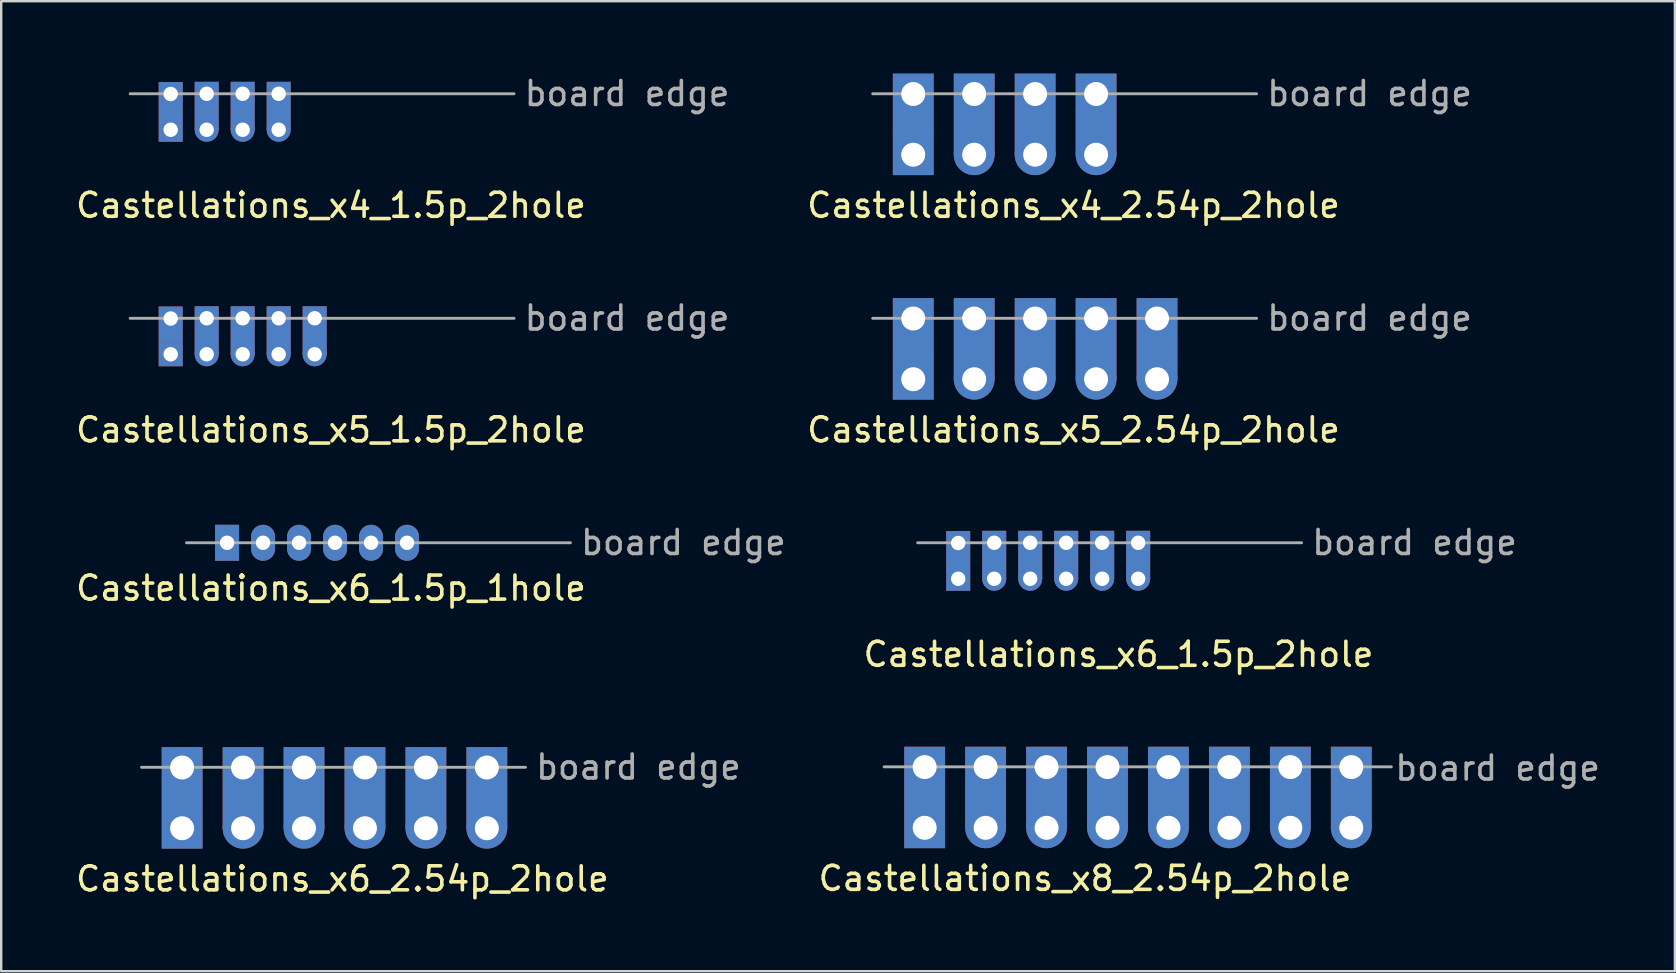
<source format=kicad_pcb>
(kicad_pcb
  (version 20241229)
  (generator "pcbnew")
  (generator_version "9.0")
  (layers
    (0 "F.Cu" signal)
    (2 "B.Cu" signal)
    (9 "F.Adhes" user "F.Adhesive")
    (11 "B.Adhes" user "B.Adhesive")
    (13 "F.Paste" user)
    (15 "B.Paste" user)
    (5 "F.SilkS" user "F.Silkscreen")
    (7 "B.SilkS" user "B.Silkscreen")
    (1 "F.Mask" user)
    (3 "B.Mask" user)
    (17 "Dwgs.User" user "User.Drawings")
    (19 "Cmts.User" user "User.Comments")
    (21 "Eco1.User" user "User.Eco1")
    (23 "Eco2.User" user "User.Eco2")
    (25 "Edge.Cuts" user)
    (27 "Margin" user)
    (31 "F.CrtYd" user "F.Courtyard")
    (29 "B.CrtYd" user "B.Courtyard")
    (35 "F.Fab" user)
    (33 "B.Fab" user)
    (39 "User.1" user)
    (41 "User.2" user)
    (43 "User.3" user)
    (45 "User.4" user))
  (footprint "Castellations_x4_2.54p_2hole"
    (layer "F.Cu")
    (at 35.011 0.858)
    (property "Reference" "Castellations_x4_2.54p_2hole" (at 6.68 4.65 0) (layer "F.SilkS") (effects (font (size 1 1) (thickness 0.15))))
    (attr through_hole)
    (fp_line (start -1.69 0) (end 14.31 0) (stroke (width 0.12) (type solid)) (layer "F.Fab"))
    (fp_text user "board edge" (at 19.02 -0.01 0) (layer "F.Fab") (effects (font (size 1 1) (thickness 0.15))))
    (pad "1" thru_hole custom (at 0 0.01) (size 1.7 1.7) (drill 1) (layers "*.Cu" "*.Mask") (options (anchor rect)) (primitives (gr_poly (pts (xy -0.85 0.85) (xy 0.85 0.85) (xy 0.85 1.7) (xy -0.85 1.7)) (width 0) (fill yes))))
    (pad "1" thru_hole rect (at 0 2.54) (size 1.7 1.7) (drill 1) (layers "*.Cu" "*.Mask"))
    (pad "2" thru_hole custom (at 2.54 0.01) (size 1.7 1.7) (drill 1) (layers "*.Cu" "*.Mask") (options (anchor rect)) (primitives (gr_poly (pts (xy -0.85 0.85) (xy 0.85 0.85) (xy 0.85 1.7) (xy -0.85 1.7)) (width 0) (fill yes)) (gr_poly (pts (xy -0.85 2.54) (xy 0 1.7) (xy 0.85 2.54) (xy 0.85 1.6) (xy -0.85 1.6)) (width 0) (fill yes))))
    (pad "2" thru_hole circle (at 2.54 2.54) (size 1.7 1.7) (drill 1) (layers "*.Cu" "*.Mask"))
    (pad "3" thru_hole custom (at 5.08 0.01) (size 1.7 1.7) (drill 1) (layers "*.Cu" "*.Mask") (options (anchor rect)) (primitives (gr_poly (pts (xy -0.85 0.85) (xy 0.85 0.85) (xy 0.85 1.7) (xy -0.85 1.7)) (width 0) (fill yes)) (gr_poly (pts (xy -0.85 2.54) (xy 0 1.7) (xy 0.85 2.54) (xy 0.85 1.6) (xy -0.85 1.6)) (width 0) (fill yes))))
    (pad "3" thru_hole circle (at 5.08 2.54) (size 1.7 1.7) (drill 1) (layers "*.Cu" "*.Mask"))
    (pad "4" thru_hole custom (at 7.62 0.01) (size 1.7 1.7) (drill 1) (layers "*.Cu" "*.Mask") (options (anchor rect)) (primitives (gr_poly (pts (xy -0.85 0.85) (xy 0.85 0.85) (xy 0.85 1.7) (xy -0.85 1.7)) (width 0) (fill yes)) (gr_poly (pts (xy -0.85 2.54) (xy 0 1.7) (xy 0.85 2.54) (xy 0.85 1.6) (xy -0.85 1.6)) (width 0) (fill yes))))
    (pad "4" thru_hole circle (at 7.62 2.54) (size 1.7 1.7) (drill 1) (layers "*.Cu" "*.Mask")))
  (footprint "Castellations_x6_2.54p_2hole"
    (layer "F.Cu")
    (at 4.54 28.928)
    (property "Reference" "Castellations_x6_2.54p_2hole" (at 6.68 4.65 0) (layer "F.SilkS") (effects (font (size 1 1) (thickness 0.15))))
    (attr through_hole)
    (fp_line (start -1.69 0) (end 14.31 0) (stroke (width 0.12) (type solid)) (layer "F.Fab"))
    (fp_text user "board edge" (at 19.02 -0.01 0) (layer "F.Fab") (effects (font (size 1 1) (thickness 0.15))))
    (pad "1" thru_hole custom (at 0 0.01) (size 1.7 1.7) (drill 1) (layers "*.Cu" "*.Mask") (options (anchor rect)) (primitives (gr_poly (pts (xy -0.85 0.85) (xy 0.85 0.85) (xy 0.85 1.7) (xy -0.85 1.7)) (width 0) (fill yes))))
    (pad "1" thru_hole rect (at 0 2.54) (size 1.7 1.7) (drill 1) (layers "*.Cu" "*.Mask"))
    (pad "2" thru_hole custom (at 2.54 0.01) (size 1.7 1.7) (drill 1) (layers "*.Cu" "*.Mask") (options (anchor rect)) (primitives (gr_poly (pts (xy -0.85 0.85) (xy 0.85 0.85) (xy 0.85 1.7) (xy -0.85 1.7)) (width 0) (fill yes)) (gr_poly (pts (xy -0.85 2.54) (xy 0 1.7) (xy 0.85 2.54) (xy 0.85 1.6) (xy -0.85 1.6)) (width 0) (fill yes))))
    (pad "2" thru_hole circle (at 2.54 2.54) (size 1.7 1.7) (drill 1) (layers "*.Cu" "*.Mask"))
    (pad "3" thru_hole custom (at 5.08 0.01) (size 1.7 1.7) (drill 1) (layers "*.Cu" "*.Mask") (options (anchor rect)) (primitives (gr_poly (pts (xy -0.85 0.85) (xy 0.85 0.85) (xy 0.85 1.7) (xy -0.85 1.7)) (width 0) (fill yes)) (gr_poly (pts (xy -0.85 2.54) (xy 0 1.7) (xy 0.85 2.54) (xy 0.85 1.6) (xy -0.85 1.6)) (width 0) (fill yes))))
    (pad "3" thru_hole circle (at 5.08 2.54) (size 1.7 1.7) (drill 1) (layers "*.Cu" "*.Mask"))
    (pad "4" thru_hole custom (at 7.62 0.01) (size 1.7 1.7) (drill 1) (layers "*.Cu" "*.Mask") (options (anchor rect)) (primitives (gr_poly (pts (xy -0.85 0.85) (xy 0.85 0.85) (xy 0.85 1.7) (xy -0.85 1.7)) (width 0) (fill yes)) (gr_poly (pts (xy -0.85 2.54) (xy 0 1.7) (xy 0.85 2.54) (xy 0.85 1.6) (xy -0.85 1.6)) (width 0) (fill yes))))
    (pad "4" thru_hole circle (at 7.62 2.54) (size 1.7 1.7) (drill 1) (layers "*.Cu" "*.Mask"))
    (pad "5" thru_hole custom (at 10.16 0.01) (size 1.7 1.7) (drill 1) (layers "*.Cu" "*.Mask") (options (anchor rect)) (primitives (gr_poly (pts (xy -0.85 0.85) (xy 0.85 0.85) (xy 0.85 1.7) (xy -0.85 1.7)) (width 0) (fill yes)) (gr_poly (pts (xy -0.85 2.54) (xy 0 1.7) (xy 0.85 2.54) (xy 0.85 1.6) (xy -0.85 1.6)) (width 0) (fill yes))))
    (pad "5" thru_hole circle (at 10.16 2.54) (size 1.7 1.7) (drill 1) (layers "*.Cu" "*.Mask"))
    (pad "6" thru_hole custom (at 12.7 0.01) (size 1.7 1.7) (drill 1) (layers "*.Cu" "*.Mask") (options (anchor rect)) (primitives (gr_poly (pts (xy -0.85 0.85) (xy 0.85 0.85) (xy 0.85 1.7) (xy -0.85 1.7)) (width 0) (fill yes)) (gr_poly (pts (xy -0.85 2.54) (xy 0 1.7) (xy 0.85 2.54) (xy 0.85 1.6) (xy -0.85 1.6)) (width 0) (fill yes))))
    (pad "6" thru_hole circle (at 12.7 2.54) (size 1.7 1.7) (drill 1) (layers "*.Cu" "*.Mask")))
  (footprint "Castellations_x6_1.5p_2hole"
    (layer "F.Cu")
    (at 36.885 19.571)
    (property "Reference" "Castellations_x6_1.5p_2hole" (at 6.68 4.65 0) (layer "F.SilkS") (effects (font (size 1 1) (thickness 0.15))))
    (attr through_hole)
    (fp_line (start -1.69 0) (end 14.31 0) (stroke (width 0.12) (type solid)) (layer "F.Fab"))
    (fp_text user "board edge" (at 19.02 -0.01 0) (layer "F.Fab") (effects (font (size 1 1) (thickness 0.15))))
    (pad "1" thru_hole custom (at 0 0.01) (size 1 1) (drill 0.6) (layers "*.Cu" "*.Mask") (options (anchor rect)) (primitives (gr_poly (pts (xy -0.5 0.5) (xy 0.5 0.5) (xy 0.5 1) (xy -0.5 1)) (width 0) (fill yes))))
    (pad "1" thru_hole rect (at 0 1.5) (size 1 1) (drill 0.6) (layers "*.Cu" "*.Mask"))
    (pad "2" thru_hole custom (at 1.5 0) (size 1 1) (drill 0.6) (layers "*.Cu" "*.Mask") (options (anchor rect)) (primitives (gr_poly (pts (xy -0.5 0.5) (xy 0.5 0.5) (xy 0.5 1) (xy -0.5 1)) (width 0) (fill yes)) (gr_poly (pts (xy -0.5 1.5) (xy 0 1) (xy 0.5 1.5) (xy 0.5 0.9) (xy -0.5 0.9)) (width 0) (fill yes))))
    (pad "2" thru_hole circle (at 1.5 1.5) (size 1 1) (drill 0.6) (layers "*.Cu" "*.Mask"))
    (pad "3" thru_hole custom (at 3 0) (size 1 1) (drill 0.6) (layers "*.Cu" "*.Mask") (options (anchor rect)) (primitives (gr_poly (pts (xy -0.5 0.5) (xy 0.5 0.5) (xy 0.5 1) (xy -0.5 1)) (width 0) (fill yes)) (gr_poly (pts (xy -0.5 1.5) (xy 0 1) (xy 0.5 1.5) (xy 0.5 0.9) (xy -0.5 0.9)) (width 0) (fill yes))))
    (pad "3" thru_hole circle (at 3 1.5) (size 1 1) (drill 0.6) (layers "*.Cu" "*.Mask"))
    (pad "4" thru_hole custom (at 4.5 0) (size 1 1) (drill 0.6) (layers "*.Cu" "*.Mask") (options (anchor rect)) (primitives (gr_poly (pts (xy -0.5 0.5) (xy 0.5 0.5) (xy 0.5 1) (xy -0.5 1)) (width 0) (fill yes)) (gr_poly (pts (xy -0.5 1.5) (xy 0 1) (xy 0.5 1.5) (xy 0.5 0.9) (xy -0.5 0.9)) (width 0) (fill yes))))
    (pad "4" thru_hole circle (at 4.5 1.5) (size 1 1) (drill 0.6) (layers "*.Cu" "*.Mask"))
    (pad "5" thru_hole custom (at 6 0) (size 1 1) (drill 0.6) (layers "*.Cu" "*.Mask") (options (anchor rect)) (primitives (gr_poly (pts (xy -0.5 0.5) (xy 0.5 0.5) (xy 0.5 1) (xy -0.5 1)) (width 0) (fill yes)) (gr_poly (pts (xy -0.5 1.5) (xy 0 1) (xy 0.5 1.5) (xy 0.5 0.9) (xy -0.5 0.9)) (width 0) (fill yes))))
    (pad "5" thru_hole circle (at 6 1.5) (size 1 1) (drill 0.6) (layers "*.Cu" "*.Mask"))
    (pad "6" thru_hole custom (at 7.5 0) (size 1 1) (drill 0.6) (layers "*.Cu" "*.Mask") (options (anchor rect)) (primitives (gr_poly (pts (xy -0.5 0.5) (xy 0.5 0.5) (xy 0.5 1) (xy -0.5 1)) (width 0) (fill yes)) (gr_poly (pts (xy -0.5 1.5) (xy 0 1) (xy 0.5 1.5) (xy 0.5 0.9) (xy -0.5 0.9)) (width 0) (fill yes))))
    (pad "6" thru_hole circle (at 7.5 1.5) (size 1 1) (drill 0.6) (layers "*.Cu" "*.Mask")))
  (footprint "Castellations_x5_2.54p_2hole"
    (layer "F.Cu")
    (at 35.011 10.215)
    (property "Reference" "Castellations_x5_2.54p_2hole" (at 6.68 4.65 0) (layer "F.SilkS") (effects (font (size 1 1) (thickness 0.15))))
    (attr through_hole)
    (fp_line (start -1.69 0) (end 14.31 0) (stroke (width 0.12) (type solid)) (layer "F.Fab"))
    (fp_text user "board edge" (at 19.02 -0.01 0) (layer "F.Fab") (effects (font (size 1 1) (thickness 0.15))))
    (pad "1" thru_hole custom (at 0 0.01) (size 1.7 1.7) (drill 1) (layers "*.Cu" "*.Mask") (options (anchor rect)) (primitives (gr_poly (pts (xy -0.85 0.85) (xy 0.85 0.85) (xy 0.85 1.7) (xy -0.85 1.7)) (width 0) (fill yes))))
    (pad "1" thru_hole rect (at 0 2.54) (size 1.7 1.7) (drill 1) (layers "*.Cu" "*.Mask"))
    (pad "2" thru_hole custom (at 2.54 0.01) (size 1.7 1.7) (drill 1) (layers "*.Cu" "*.Mask") (options (anchor rect)) (primitives (gr_poly (pts (xy -0.85 0.85) (xy 0.85 0.85) (xy 0.85 1.7) (xy -0.85 1.7)) (width 0) (fill yes)) (gr_poly (pts (xy -0.85 2.54) (xy 0 1.7) (xy 0.85 2.54) (xy 0.85 1.6) (xy -0.85 1.6)) (width 0) (fill yes))))
    (pad "2" thru_hole circle (at 2.54 2.54) (size 1.7 1.7) (drill 1) (layers "*.Cu" "*.Mask"))
    (pad "3" thru_hole custom (at 5.08 0.01) (size 1.7 1.7) (drill 1) (layers "*.Cu" "*.Mask") (options (anchor rect)) (primitives (gr_poly (pts (xy -0.85 0.85) (xy 0.85 0.85) (xy 0.85 1.7) (xy -0.85 1.7)) (width 0) (fill yes)) (gr_poly (pts (xy -0.85 2.54) (xy 0 1.7) (xy 0.85 2.54) (xy 0.85 1.6) (xy -0.85 1.6)) (width 0) (fill yes))))
    (pad "3" thru_hole circle (at 5.08 2.54) (size 1.7 1.7) (drill 1) (layers "*.Cu" "*.Mask"))
    (pad "4" thru_hole custom (at 7.62 0.01) (size 1.7 1.7) (drill 1) (layers "*.Cu" "*.Mask") (options (anchor rect)) (primitives (gr_poly (pts (xy -0.85 0.85) (xy 0.85 0.85) (xy 0.85 1.7) (xy -0.85 1.7)) (width 0) (fill yes)) (gr_poly (pts (xy -0.85 2.54) (xy 0 1.7) (xy 0.85 2.54) (xy 0.85 1.6) (xy -0.85 1.6)) (width 0) (fill yes))))
    (pad "4" thru_hole circle (at 7.62 2.54) (size 1.7 1.7) (drill 1) (layers "*.Cu" "*.Mask"))
    (pad "5" thru_hole custom (at 10.16 0.01) (size 1.7 1.7) (drill 1) (layers "*.Cu" "*.Mask") (options (anchor rect)) (primitives (gr_poly (pts (xy -0.85 0.85) (xy 0.85 0.85) (xy 0.85 1.7) (xy -0.85 1.7)) (width 0) (fill yes)) (gr_poly (pts (xy -0.85 2.54) (xy 0 1.7) (xy 0.85 2.54) (xy 0.85 1.6) (xy -0.85 1.6)) (width 0) (fill yes))))
    (pad "5" thru_hole circle (at 10.16 2.54) (size 1.7 1.7) (drill 1) (layers "*.Cu" "*.Mask")))
  (footprint "Castellations_x5_1.5p_2hole"
    (layer "F.Cu")
    (at 4.064 10.215)
    (property "Reference" "Castellations_x5_1.5p_2hole" (at 6.68 4.65 0) (layer "F.SilkS") (effects (font (size 1 1) (thickness 0.15))))
    (attr through_hole)
    (fp_line (start -1.69 0) (end 14.31 0) (stroke (width 0.12) (type solid)) (layer "F.Fab"))
    (fp_text user "board edge" (at 19.02 -0.01 0) (layer "F.Fab") (effects (font (size 1 1) (thickness 0.15))))
    (pad "1" thru_hole custom (at 0 0.01) (size 1 1) (drill 0.6) (layers "*.Cu" "*.Mask") (options (anchor rect)) (primitives (gr_poly (pts (xy -0.5 0.5) (xy 0.5 0.5) (xy 0.5 1) (xy -0.5 1)) (width 0) (fill yes))))
    (pad "1" thru_hole rect (at 0 1.5) (size 1 1) (drill 0.6) (layers "*.Cu" "*.Mask"))
    (pad "2" thru_hole custom (at 1.5 0) (size 1 1) (drill 0.6) (layers "*.Cu" "*.Mask") (options (anchor rect)) (primitives (gr_poly (pts (xy -0.5 0.5) (xy 0.5 0.5) (xy 0.5 1) (xy -0.5 1)) (width 0) (fill yes)) (gr_poly (pts (xy -0.5 1.5) (xy 0 1) (xy 0.5 1.5) (xy 0.5 0.9) (xy -0.5 0.9)) (width 0) (fill yes))))
    (pad "2" thru_hole circle (at 1.5 1.5) (size 1 1) (drill 0.6) (layers "*.Cu" "*.Mask"))
    (pad "3" thru_hole custom (at 3 0) (size 1 1) (drill 0.6) (layers "*.Cu" "*.Mask") (options (anchor rect)) (primitives (gr_poly (pts (xy -0.5 0.5) (xy 0.5 0.5) (xy 0.5 1) (xy -0.5 1)) (width 0) (fill yes)) (gr_poly (pts (xy -0.5 1.5) (xy 0 1) (xy 0.5 1.5) (xy 0.5 0.9) (xy -0.5 0.9)) (width 0) (fill yes))))
    (pad "3" thru_hole circle (at 3 1.5) (size 1 1) (drill 0.6) (layers "*.Cu" "*.Mask"))
    (pad "4" thru_hole custom (at 4.5 0) (size 1 1) (drill 0.6) (layers "*.Cu" "*.Mask") (options (anchor rect)) (primitives (gr_poly (pts (xy -0.5 0.5) (xy 0.5 0.5) (xy 0.5 1) (xy -0.5 1)) (width 0) (fill yes)) (gr_poly (pts (xy -0.5 1.5) (xy 0 1) (xy 0.5 1.5) (xy 0.5 0.9) (xy -0.5 0.9)) (width 0) (fill yes))))
    (pad "4" thru_hole circle (at 4.5 1.5) (size 1 1) (drill 0.6) (layers "*.Cu" "*.Mask"))
    (pad "5" thru_hole custom (at 6 0) (size 1 1) (drill 0.6) (layers "*.Cu" "*.Mask") (options (anchor rect)) (primitives (gr_poly (pts (xy -0.5 0.5) (xy 0.5 0.5) (xy 0.5 1) (xy -0.5 1)) (width 0) (fill yes)) (gr_poly (pts (xy -0.5 1.5) (xy 0 1) (xy 0.5 1.5) (xy 0.5 0.9) (xy -0.5 0.9)) (width 0) (fill yes))))
    (pad "5" thru_hole circle (at 6 1.5) (size 1 1) (drill 0.6) (layers "*.Cu" "*.Mask")))
  (footprint "Castellations_x8_2.54p_2hole"
    (layer "F.Cu")
    (at 35.487 28.91)
    (property "Reference" "Castellations_x8_2.54p_2hole" (at 6.68 4.65 0) (layer "F.SilkS") (effects (font (size 1 1) (thickness 0.15))))
    (attr through_hole)
    (fp_line (start -1.69 0) (end 19.45 0) (stroke (width 0.12) (type solid)) (layer "F.Fab"))
    (fp_text user "board edge" (at 23.88 0.05 0) (layer "F.Fab") (effects (font (size 1 1) (thickness 0.15))))
    (pad "1" thru_hole custom (at 0 0.01) (size 1.7 1.7) (drill 1) (layers "*.Cu" "*.Mask") (options (anchor rect)) (primitives (gr_poly (pts (xy -0.85 0.85) (xy 0.85 0.85) (xy 0.85 1.7) (xy -0.85 1.7)) (width 0) (fill yes))))
    (pad "1" thru_hole rect (at 0 2.54) (size 1.7 1.7) (drill 1) (layers "*.Cu" "*.Mask"))
    (pad "2" thru_hole custom (at 2.54 0.01) (size 1.7 1.7) (drill 1) (layers "*.Cu" "*.Mask") (options (anchor rect)) (primitives (gr_poly (pts (xy -0.85 0.85) (xy 0.85 0.85) (xy 0.85 1.7) (xy -0.85 1.7)) (width 0) (fill yes)) (gr_poly (pts (xy -0.85 2.54) (xy 0 1.7) (xy 0.85 2.54) (xy 0.85 1.6) (xy -0.85 1.6)) (width 0) (fill yes))))
    (pad "2" thru_hole circle (at 2.54 2.54) (size 1.7 1.7) (drill 1) (layers "*.Cu" "*.Mask"))
    (pad "3" thru_hole custom (at 5.08 0.01) (size 1.7 1.7) (drill 1) (layers "*.Cu" "*.Mask") (options (anchor rect)) (primitives (gr_poly (pts (xy -0.85 0.85) (xy 0.85 0.85) (xy 0.85 1.7) (xy -0.85 1.7)) (width 0) (fill yes)) (gr_poly (pts (xy -0.85 2.54) (xy 0 1.7) (xy 0.85 2.54) (xy 0.85 1.6) (xy -0.85 1.6)) (width 0) (fill yes))))
    (pad "3" thru_hole circle (at 5.08 2.54) (size 1.7 1.7) (drill 1) (layers "*.Cu" "*.Mask"))
    (pad "4" thru_hole custom (at 7.62 0.01) (size 1.7 1.7) (drill 1) (layers "*.Cu" "*.Mask") (options (anchor rect)) (primitives (gr_poly (pts (xy -0.85 0.85) (xy 0.85 0.85) (xy 0.85 1.7) (xy -0.85 1.7)) (width 0) (fill yes)) (gr_poly (pts (xy -0.85 2.54) (xy 0 1.7) (xy 0.85 2.54) (xy 0.85 1.6) (xy -0.85 1.6)) (width 0) (fill yes))))
    (pad "4" thru_hole circle (at 7.62 2.54) (size 1.7 1.7) (drill 1) (layers "*.Cu" "*.Mask"))
    (pad "5" thru_hole custom (at 10.16 0.01) (size 1.7 1.7) (drill 1) (layers "*.Cu" "*.Mask") (options (anchor rect)) (primitives (gr_poly (pts (xy -0.85 0.85) (xy 0.85 0.85) (xy 0.85 1.7) (xy -0.85 1.7)) (width 0) (fill yes)) (gr_poly (pts (xy -0.85 2.54) (xy 0 1.7) (xy 0.85 2.54) (xy 0.85 1.6) (xy -0.85 1.6)) (width 0) (fill yes))))
    (pad "5" thru_hole circle (at 10.16 2.54) (size 1.7 1.7) (drill 1) (layers "*.Cu" "*.Mask"))
    (pad "6" thru_hole custom (at 12.7 0.01) (size 1.7 1.7) (drill 1) (layers "*.Cu" "*.Mask") (options (anchor rect)) (primitives (gr_poly (pts (xy -0.85 0.85) (xy 0.85 0.85) (xy 0.85 1.7) (xy -0.85 1.7)) (width 0) (fill yes)) (gr_poly (pts (xy -0.85 2.54) (xy 0 1.7) (xy 0.85 2.54) (xy 0.85 1.6) (xy -0.85 1.6)) (width 0) (fill yes))))
    (pad "6" thru_hole circle (at 12.7 2.54) (size 1.7 1.7) (drill 1) (layers "*.Cu" "*.Mask"))
    (pad "7" thru_hole custom (at 15.24 0.01) (size 1.7 1.7) (drill 1) (layers "*.Cu" "*.Mask") (options (anchor rect)) (primitives (gr_poly (pts (xy -0.85 0.85) (xy 0.85 0.85) (xy 0.85 1.7) (xy -0.85 1.7)) (width 0) (fill yes)) (gr_poly (pts (xy -0.85 2.54) (xy 0 1.7) (xy 0.85 2.54) (xy 0.85 1.6) (xy -0.85 1.6)) (width 0) (fill yes))))
    (pad "7" thru_hole circle (at 15.24 2.54) (size 1.7 1.7) (drill 1) (layers "*.Cu" "*.Mask"))
    (pad "8" thru_hole custom (at 17.78 0.01) (size 1.7 1.7) (drill 1) (layers "*.Cu" "*.Mask") (options (anchor rect)) (primitives (gr_poly (pts (xy -0.85 0.85) (xy 0.85 0.85) (xy 0.85 1.7) (xy -0.85 1.7)) (width 0) (fill yes)) (gr_poly (pts (xy -0.85 2.54) (xy 0 1.7) (xy 0.85 2.54) (xy 0.85 1.6) (xy -0.85 1.6)) (width 0) (fill yes))))
    (pad "8" thru_hole circle (at 17.78 2.54) (size 1.7 1.7) (drill 1) (layers "*.Cu" "*.Mask")))
  (footprint "Castellations_x4_1.5p_2hole"
    (layer "F.Cu")
    (at 4.064 0.858)
    (property "Reference" "Castellations_x4_1.5p_2hole" (at 6.68 4.65 0) (layer "F.SilkS") (effects (font (size 1 1) (thickness 0.15))))
    (attr through_hole)
    (fp_line (start -1.69 0) (end 14.31 0) (stroke (width 0.12) (type solid)) (layer "F.Fab"))
    (fp_text user "board edge" (at 19.02 -0.01 0) (layer "F.Fab") (effects (font (size 1 1) (thickness 0.15))))
    (pad "1" thru_hole custom (at 0 0.01) (size 1 1) (drill 0.6) (layers "*.Cu" "*.Mask") (options (anchor rect)) (primitives (gr_poly (pts (xy -0.5 0.5) (xy 0.5 0.5) (xy 0.5 1) (xy -0.5 1)) (width 0) (fill yes))))
    (pad "1" thru_hole rect (at 0 1.5) (size 1 1) (drill 0.6) (layers "*.Cu" "*.Mask"))
    (pad "2" thru_hole custom (at 1.5 0) (size 1 1) (drill 0.6) (layers "*.Cu" "*.Mask") (options (anchor rect)) (primitives (gr_poly (pts (xy -0.5 0.5) (xy 0.5 0.5) (xy 0.5 1) (xy -0.5 1)) (width 0) (fill yes)) (gr_poly (pts (xy -0.5 1.5) (xy 0 1) (xy 0.5 1.5) (xy 0.5 0.9) (xy -0.5 0.9)) (width 0) (fill yes))))
    (pad "2" thru_hole circle (at 1.5 1.5) (size 1 1) (drill 0.6) (layers "*.Cu" "*.Mask"))
    (pad "3" thru_hole custom (at 3 0) (size 1 1) (drill 0.6) (layers "*.Cu" "*.Mask") (options (anchor rect)) (primitives (gr_poly (pts (xy -0.5 0.5) (xy 0.5 0.5) (xy 0.5 1) (xy -0.5 1)) (width 0) (fill yes)) (gr_poly (pts (xy -0.5 1.5) (xy 0 1) (xy 0.5 1.5) (xy 0.5 0.9) (xy -0.5 0.9)) (width 0) (fill yes))))
    (pad "3" thru_hole circle (at 3 1.5) (size 1 1) (drill 0.6) (layers "*.Cu" "*.Mask"))
    (pad "4" thru_hole custom (at 4.5 0) (size 1 1) (drill 0.6) (layers "*.Cu" "*.Mask") (options (anchor rect)) (primitives (gr_poly (pts (xy -0.5 0.5) (xy 0.5 0.5) (xy 0.5 1) (xy -0.5 1)) (width 0) (fill yes)) (gr_poly (pts (xy -0.5 1.5) (xy 0 1) (xy 0.5 1.5) (xy 0.5 0.9) (xy -0.5 0.9)) (width 0) (fill yes))))
    (pad "4" thru_hole circle (at 4.5 1.5) (size 1 1) (drill 0.6) (layers "*.Cu" "*.Mask")))
  (footprint "Castellations_x6_1.5p_1hole"
    (layer "F.Cu")
    (at 6.414 19.571)
    (property "Reference" "Castellations_x6_1.5p_1hole" (at 4.33 1.89 0) (layer "F.SilkS") (effects (font (size 1 1) (thickness 0.15))))
    (attr through_hole)
    (fp_line (start -1.69 0) (end 14.31 0) (stroke (width 0.12) (type solid)) (layer "F.Fab"))
    (fp_text user "board edge" (at 19.02 -0.01 0) (layer "F.Fab") (effects (font (size 1 1) (thickness 0.15))))
    (pad "1" thru_hole rect (at 0 0) (size 1 1.5) (drill 0.6) (layers "*.Cu" "*.Mask"))
    (pad "2" thru_hole oval (at 1.5 0) (size 1 1.5) (drill 0.6) (layers "*.Cu" "*.Mask"))
    (pad "3" thru_hole oval (at 3 0) (size 1 1.5) (drill 0.6) (layers "*.Cu" "*.Mask"))
    (pad "4" thru_hole oval (at 4.5 0) (size 1 1.5) (drill 0.6) (layers "*.Cu" "*.Mask"))
    (pad "5" thru_hole oval (at 6 0) (size 1 1.5) (drill 0.6) (layers "*.Cu" "*.Mask"))
    (pad "6" thru_hole oval (at 7.5 0) (size 1 1.5) (drill 0.6) (layers "*.Cu" "*.Mask")))
  (gr_rect
    (start -3 -3)
    (end 66.754 37.426)
    (stroke (width 0.1) (type default))
    (fill no)
    (layer "Edge.Cuts")))
</source>
